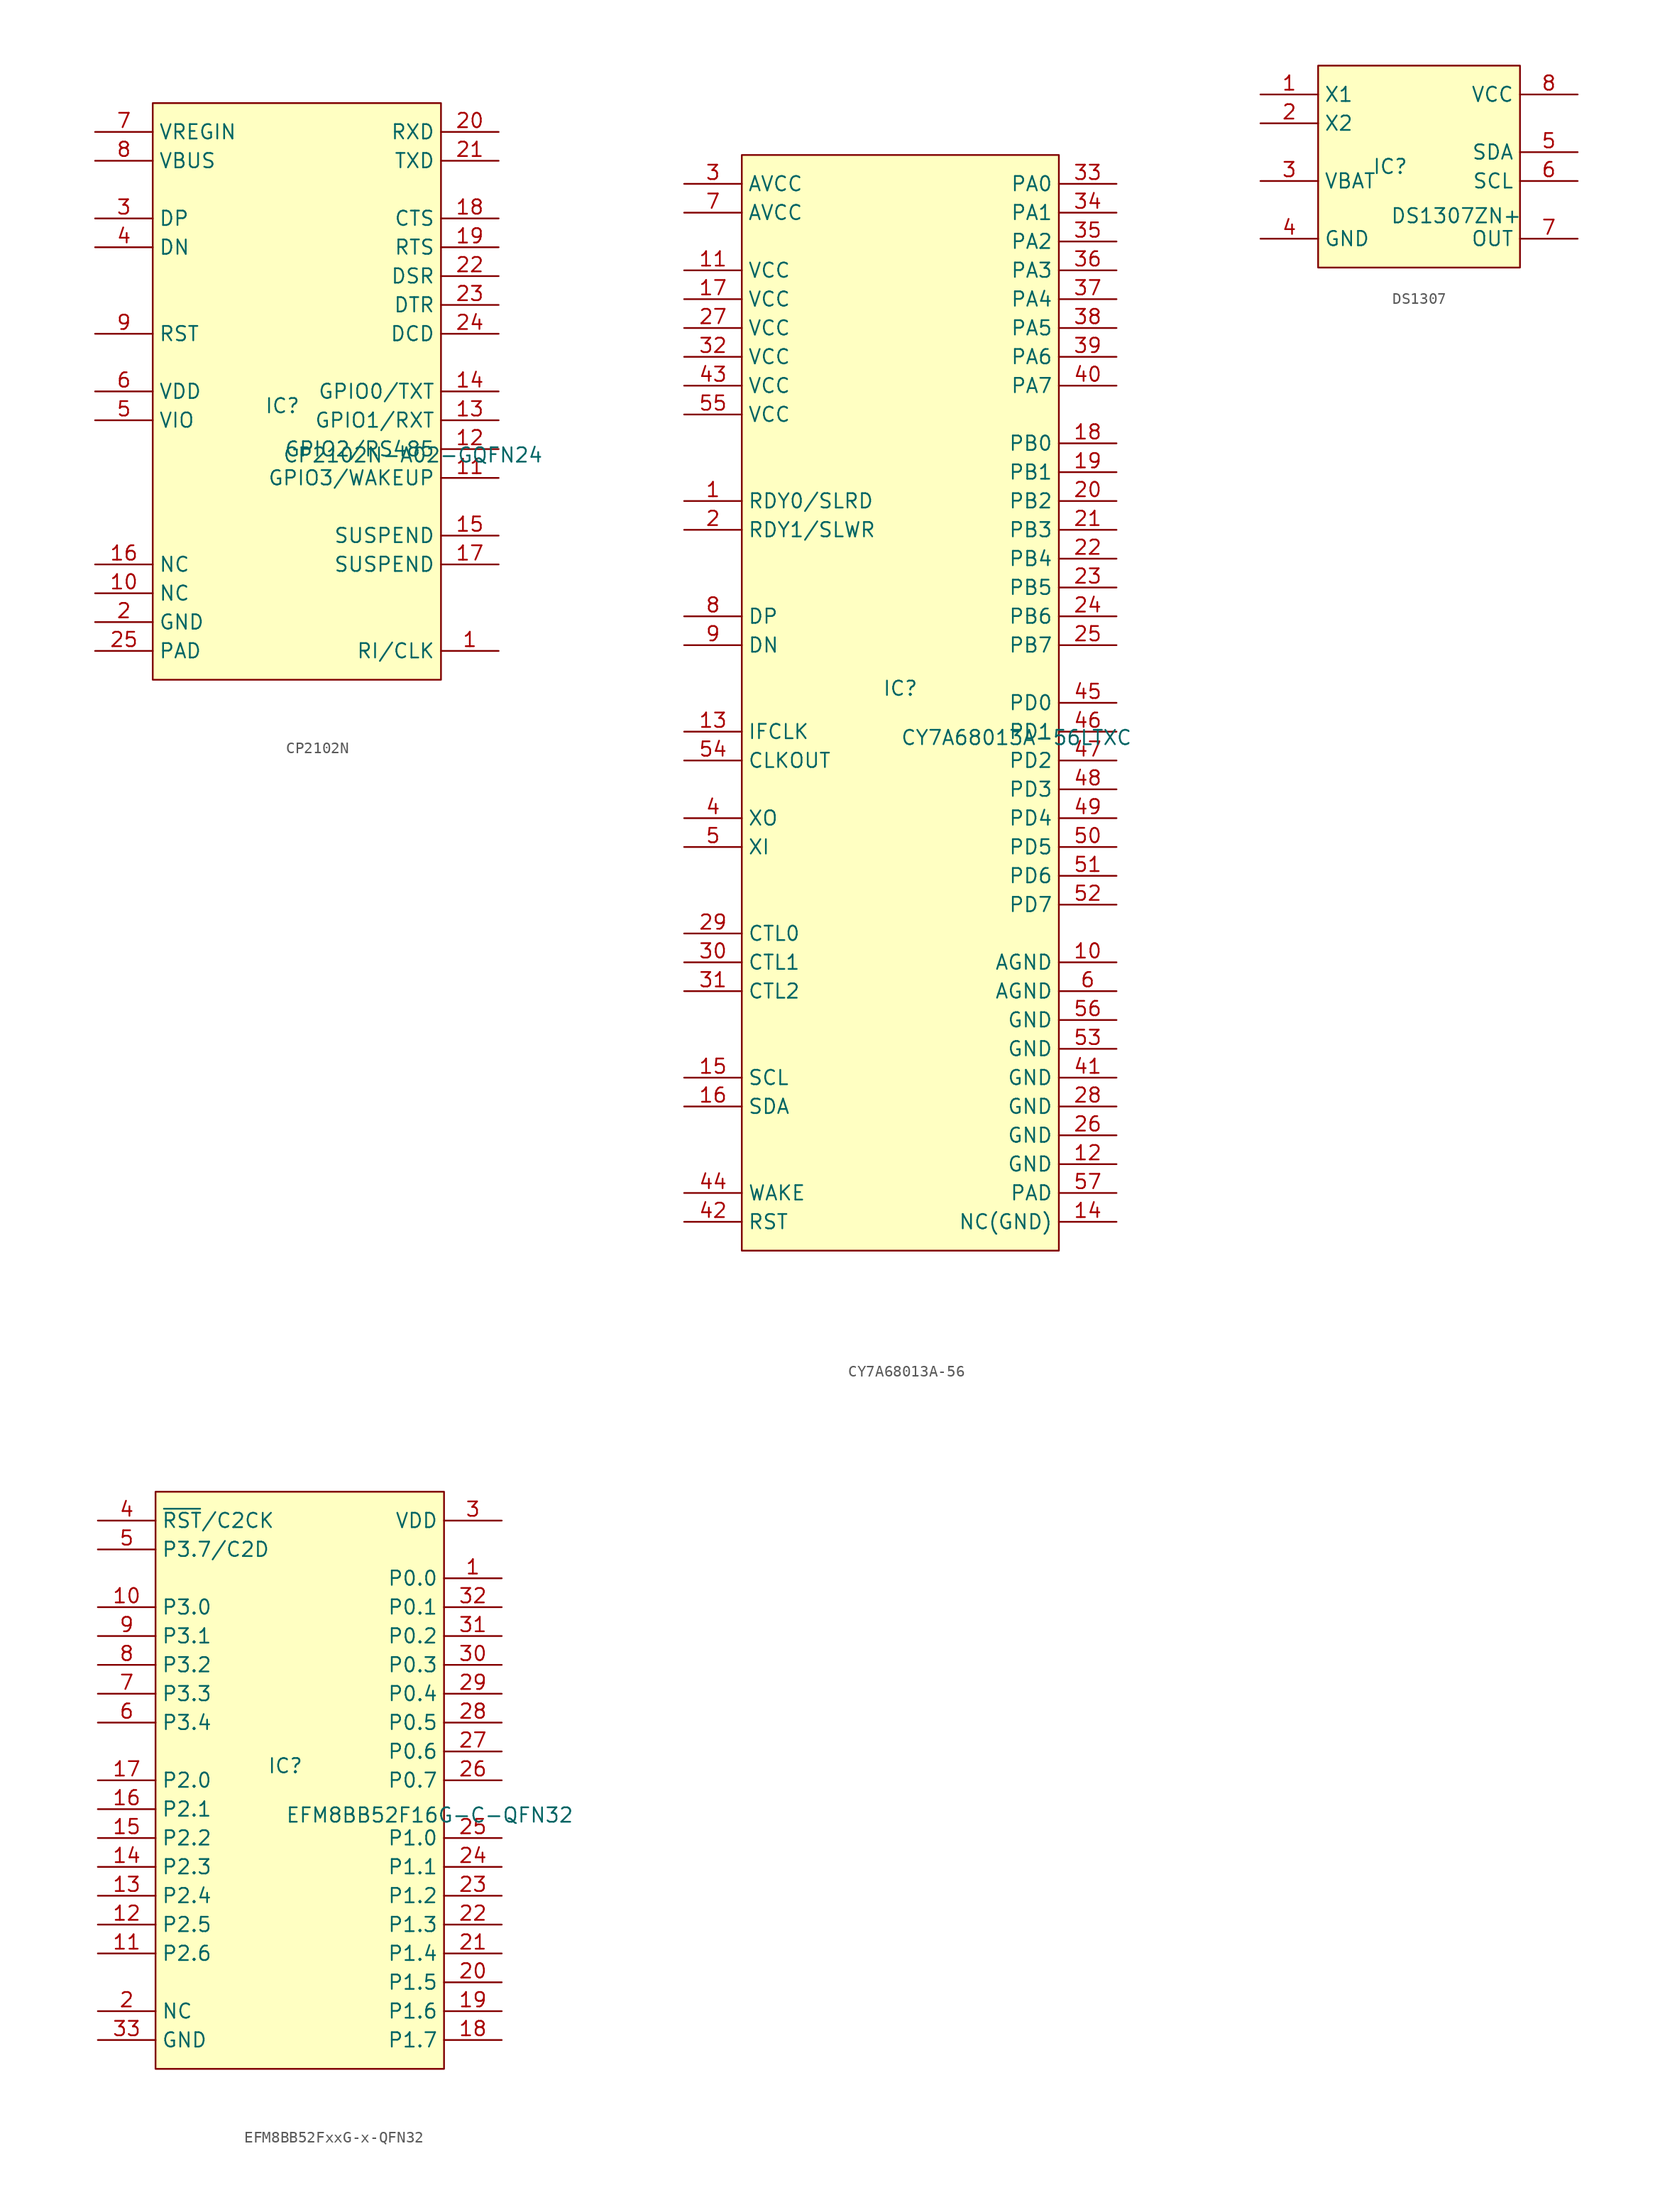
<source format=kicad_sym>
(kicad_symbol_lib
  (version 20231120)
  (generator "kicad_symbol_editor")
  (generator_version "8.0")
  (symbol "CP2102N"
    (property "Reference" "IC"
      (at -1.27 1.27 0)
      (effects (font (size 1.27 1.27))))
    (property "Value" "CP2102N-A02-GQFN24"
      (at -1.27 -3.81 0)
      (effects (font (size 1.27 1.27)) (justify left bottom)))
    (symbol "CP2102N_1_0"
      (rectangle (start -12.7 27.94) (end 12.7 -22.86) (stroke (width 0) (type solid) (color 128 0 0 1)) (fill (type background)))
      (pin bidirectional line (at 17.78 -20.32 180) (length 5.08) (name "RI/CLK" (effects (font (size 1.27 1.27)))) (number "1" (effects (font (size 1.27 1.27)))))
      (pin passive line (at -17.78 -15.24 0) (length 5.08) (name "NC" (effects (font (size 1.27 1.27)))) (number "10" (effects (font (size 1.27 1.27)))))
      (pin bidirectional line (at 17.78 -5.08 180) (length 5.08) (name "GPIO3/WAKEUP" (effects (font (size 1.27 1.27)))) (number "11" (effects (font (size 1.27 1.27)))))
      (pin bidirectional line (at 17.78 -2.54 180) (length 5.08) (name "GPIO2/RS485" (effects (font (size 1.27 1.27)))) (number "12" (effects (font (size 1.27 1.27)))))
      (pin bidirectional line (at 17.78 0 180) (length 5.08) (name "GPIO1/RXT" (effects (font (size 1.27 1.27)))) (number "13" (effects (font (size 1.27 1.27)))))
      (pin bidirectional line (at 17.78 2.54 180) (length 5.08) (name "GPIO0/TXT" (effects (font (size 1.27 1.27)))) (number "14" (effects (font (size 1.27 1.27)))))
      (pin output line (at 17.78 -10.16 180) (length 5.08) (name "SUSPEND" (effects (font (size 1.27 1.27)))) (number "15" (effects (font (size 1.27 1.27)))))
      (pin passive line (at -17.78 -12.7 0) (length 5.08) (name "NC" (effects (font (size 1.27 1.27)))) (number "16" (effects (font (size 1.27 1.27)))))
      (pin output line (at 17.78 -12.7 180) (length 5.08) (name "SUSPEND" (effects (font (size 1.27 1.27)))) (number "17" (effects (font (size 1.27 1.27)))))
      (pin input line (at 17.78 17.78 180) (length 5.08) (name "CTS" (effects (font (size 1.27 1.27)))) (number "18" (effects (font (size 1.27 1.27)))))
      (pin output line (at 17.78 15.24 180) (length 5.08) (name "RTS" (effects (font (size 1.27 1.27)))) (number "19" (effects (font (size 1.27 1.27)))))
      (pin passive line (at -17.78 -17.78 0) (length 5.08) (name "GND" (effects (font (size 1.27 1.27)))) (number "2" (effects (font (size 1.27 1.27)))))
      (pin input line (at 17.78 25.4 180) (length 5.08) (name "RXD" (effects (font (size 1.27 1.27)))) (number "20" (effects (font (size 1.27 1.27)))))
      (pin output line (at 17.78 22.86 180) (length 5.08) (name "TXD" (effects (font (size 1.27 1.27)))) (number "21" (effects (font (size 1.27 1.27)))))
      (pin input line (at 17.78 12.7 180) (length 5.08) (name "DSR" (effects (font (size 1.27 1.27)))) (number "22" (effects (font (size 1.27 1.27)))))
      (pin output line (at 17.78 10.16 180) (length 5.08) (name "DTR" (effects (font (size 1.27 1.27)))) (number "23" (effects (font (size 1.27 1.27)))))
      (pin input line (at 17.78 7.62 180) (length 5.08) (name "DCD" (effects (font (size 1.27 1.27)))) (number "24" (effects (font (size 1.27 1.27)))))
      (pin passive line (at -17.78 -20.32 0) (length 5.08) (name "PAD" (effects (font (size 1.27 1.27)))) (number "25" (effects (font (size 1.27 1.27)))))
      (pin bidirectional line (at -17.78 17.78 0) (length 5.08) (name "DP" (effects (font (size 1.27 1.27)))) (number "3" (effects (font (size 1.27 1.27)))))
      (pin bidirectional line (at -17.78 15.24 0) (length 5.08) (name "DN" (effects (font (size 1.27 1.27)))) (number "4" (effects (font (size 1.27 1.27)))))
      (pin passive line (at -17.78 0 0) (length 5.08) (name "VIO" (effects (font (size 1.27 1.27)))) (number "5" (effects (font (size 1.27 1.27)))))
      (pin passive line (at -17.78 2.54 0) (length 5.08) (name "VDD" (effects (font (size 1.27 1.27)))) (number "6" (effects (font (size 1.27 1.27)))))
      (pin passive line (at -17.78 25.4 0) (length 5.08) (name "VREGIN" (effects (font (size 1.27 1.27)))) (number "7" (effects (font (size 1.27 1.27)))))
      (pin input line (at -17.78 22.86 0) (length 5.08) (name "VBUS" (effects (font (size 1.27 1.27)))) (number "8" (effects (font (size 1.27 1.27)))))
      (pin input line (at -17.78 7.62 0) (length 5.08) (name "RST" (effects (font (size 1.27 1.27)))) (number "9" (effects (font (size 1.27 1.27)))))))
  (symbol "CY7A68013A-56"
    (property "Reference" "IC"
      (at -1.27 1.27 0)
      (effects (font (size 1.27 1.27))))
    (property "Value" "CY7A68013A-56LTXC"
      (at -1.27 -3.81 0)
      (effects (font (size 1.27 1.27)) (justify left bottom)))
    (symbol "CY7A68013A-56_1_0"
      (rectangle (start -15.24 48.26) (end 12.7 -48.26) (stroke (width 0) (type solid) (color 128 0 0 1)) (fill (type background)))
      (pin bidirectional line (at -20.32 17.78 0) (length 5.08) (name "RDY0/SLRD" (effects (font (size 1.27 1.27)))) (number "1" (effects (font (size 1.27 1.27)))))
      (pin passive line (at 17.78 -22.86 180) (length 5.08) (name "AGND" (effects (font (size 1.27 1.27)))) (number "10" (effects (font (size 1.27 1.27)))))
      (pin passive line (at -20.32 38.1 0) (length 5.08) (name "VCC" (effects (font (size 1.27 1.27)))) (number "11" (effects (font (size 1.27 1.27)))))
      (pin passive line (at 17.78 -40.64 180) (length 5.08) (name "GND" (effects (font (size 1.27 1.27)))) (number "12" (effects (font (size 1.27 1.27)))))
      (pin bidirectional line (at -20.32 -2.54 0) (length 5.08) (name "IFCLK" (effects (font (size 1.27 1.27)))) (number "13" (effects (font (size 1.27 1.27)))))
      (pin passive line (at 17.78 -45.72 180) (length 5.08) (name "NC(GND)" (effects (font (size 1.27 1.27)))) (number "14" (effects (font (size 1.27 1.27)))))
      (pin bidirectional line (at -20.32 -33.02 0) (length 5.08) (name "SCL" (effects (font (size 1.27 1.27)))) (number "15" (effects (font (size 1.27 1.27)))))
      (pin bidirectional line (at -20.32 -35.56 0) (length 5.08) (name "SDA" (effects (font (size 1.27 1.27)))) (number "16" (effects (font (size 1.27 1.27)))))
      (pin passive line (at -20.32 35.56 0) (length 5.08) (name "VCC" (effects (font (size 1.27 1.27)))) (number "17" (effects (font (size 1.27 1.27)))))
      (pin bidirectional line (at 17.78 22.86 180) (length 5.08) (name "PB0" (effects (font (size 1.27 1.27)))) (number "18" (effects (font (size 1.27 1.27)))))
      (pin bidirectional line (at 17.78 20.32 180) (length 5.08) (name "PB1" (effects (font (size 1.27 1.27)))) (number "19" (effects (font (size 1.27 1.27)))))
      (pin bidirectional line (at -20.32 15.24 0) (length 5.08) (name "RDY1/SLWR" (effects (font (size 1.27 1.27)))) (number "2" (effects (font (size 1.27 1.27)))))
      (pin bidirectional line (at 17.78 17.78 180) (length 5.08) (name "PB2" (effects (font (size 1.27 1.27)))) (number "20" (effects (font (size 1.27 1.27)))))
      (pin bidirectional line (at 17.78 15.24 180) (length 5.08) (name "PB3" (effects (font (size 1.27 1.27)))) (number "21" (effects (font (size 1.27 1.27)))))
      (pin bidirectional line (at 17.78 12.7 180) (length 5.08) (name "PB4" (effects (font (size 1.27 1.27)))) (number "22" (effects (font (size 1.27 1.27)))))
      (pin bidirectional line (at 17.78 10.16 180) (length 5.08) (name "PB5" (effects (font (size 1.27 1.27)))) (number "23" (effects (font (size 1.27 1.27)))))
      (pin bidirectional line (at 17.78 7.62 180) (length 5.08) (name "PB6" (effects (font (size 1.27 1.27)))) (number "24" (effects (font (size 1.27 1.27)))))
      (pin bidirectional line (at 17.78 5.08 180) (length 5.08) (name "PB7" (effects (font (size 1.27 1.27)))) (number "25" (effects (font (size 1.27 1.27)))))
      (pin passive line (at 17.78 -38.1 180) (length 5.08) (name "GND" (effects (font (size 1.27 1.27)))) (number "26" (effects (font (size 1.27 1.27)))))
      (pin passive line (at -20.32 33.02 0) (length 5.08) (name "VCC" (effects (font (size 1.27 1.27)))) (number "27" (effects (font (size 1.27 1.27)))))
      (pin passive line (at 17.78 -35.56 180) (length 5.08) (name "GND" (effects (font (size 1.27 1.27)))) (number "28" (effects (font (size 1.27 1.27)))))
      (pin output line (at -20.32 -20.32 0) (length 5.08) (name "CTL0" (effects (font (size 1.27 1.27)))) (number "29" (effects (font (size 1.27 1.27)))))
      (pin passive line (at -20.32 45.72 0) (length 5.08) (name "AVCC" (effects (font (size 1.27 1.27)))) (number "3" (effects (font (size 1.27 1.27)))))
      (pin output line (at -20.32 -22.86 0) (length 5.08) (name "CTL1" (effects (font (size 1.27 1.27)))) (number "30" (effects (font (size 1.27 1.27)))))
      (pin output line (at -20.32 -25.4 0) (length 5.08) (name "CTL2" (effects (font (size 1.27 1.27)))) (number "31" (effects (font (size 1.27 1.27)))))
      (pin passive line (at -20.32 30.48 0) (length 5.08) (name "VCC" (effects (font (size 1.27 1.27)))) (number "32" (effects (font (size 1.27 1.27)))))
      (pin bidirectional line (at 17.78 45.72 180) (length 5.08) (name "PA0" (effects (font (size 1.27 1.27)))) (number "33" (effects (font (size 1.27 1.27)))))
      (pin bidirectional line (at 17.78 43.18 180) (length 5.08) (name "PA1" (effects (font (size 1.27 1.27)))) (number "34" (effects (font (size 1.27 1.27)))))
      (pin bidirectional line (at 17.78 40.64 180) (length 5.08) (name "PA2" (effects (font (size 1.27 1.27)))) (number "35" (effects (font (size 1.27 1.27)))))
      (pin bidirectional line (at 17.78 38.1 180) (length 5.08) (name "PA3" (effects (font (size 1.27 1.27)))) (number "36" (effects (font (size 1.27 1.27)))))
      (pin bidirectional line (at 17.78 35.56 180) (length 5.08) (name "PA4" (effects (font (size 1.27 1.27)))) (number "37" (effects (font (size 1.27 1.27)))))
      (pin bidirectional line (at 17.78 33.02 180) (length 5.08) (name "PA5" (effects (font (size 1.27 1.27)))) (number "38" (effects (font (size 1.27 1.27)))))
      (pin bidirectional line (at 17.78 30.48 180) (length 5.08) (name "PA6" (effects (font (size 1.27 1.27)))) (number "39" (effects (font (size 1.27 1.27)))))
      (pin output line (at -20.32 -10.16 0) (length 5.08) (name "XO" (effects (font (size 1.27 1.27)))) (number "4" (effects (font (size 1.27 1.27)))))
      (pin bidirectional line (at 17.78 27.94 180) (length 5.08) (name "PA7" (effects (font (size 1.27 1.27)))) (number "40" (effects (font (size 1.27 1.27)))))
      (pin passive line (at 17.78 -33.02 180) (length 5.08) (name "GND" (effects (font (size 1.27 1.27)))) (number "41" (effects (font (size 1.27 1.27)))))
      (pin input line (at -20.32 -45.72 0) (length 5.08) (name "RST" (effects (font (size 1.27 1.27)))) (number "42" (effects (font (size 1.27 1.27)))))
      (pin passive line (at -20.32 27.94 0) (length 5.08) (name "VCC" (effects (font (size 1.27 1.27)))) (number "43" (effects (font (size 1.27 1.27)))))
      (pin input line (at -20.32 -43.18 0) (length 5.08) (name "WAKE" (effects (font (size 1.27 1.27)))) (number "44" (effects (font (size 1.27 1.27)))))
      (pin bidirectional line (at 17.78 0 180) (length 5.08) (name "PD0" (effects (font (size 1.27 1.27)))) (number "45" (effects (font (size 1.27 1.27)))))
      (pin bidirectional line (at 17.78 -2.54 180) (length 5.08) (name "PD1" (effects (font (size 1.27 1.27)))) (number "46" (effects (font (size 1.27 1.27)))))
      (pin bidirectional line (at 17.78 -5.08 180) (length 5.08) (name "PD2" (effects (font (size 1.27 1.27)))) (number "47" (effects (font (size 1.27 1.27)))))
      (pin bidirectional line (at 17.78 -7.62 180) (length 5.08) (name "PD3" (effects (font (size 1.27 1.27)))) (number "48" (effects (font (size 1.27 1.27)))))
      (pin bidirectional line (at 17.78 -10.16 180) (length 5.08) (name "PD4" (effects (font (size 1.27 1.27)))) (number "49" (effects (font (size 1.27 1.27)))))
      (pin input line (at -20.32 -12.7 0) (length 5.08) (name "XI" (effects (font (size 1.27 1.27)))) (number "5" (effects (font (size 1.27 1.27)))))
      (pin bidirectional line (at 17.78 -12.7 180) (length 5.08) (name "PD5" (effects (font (size 1.27 1.27)))) (number "50" (effects (font (size 1.27 1.27)))))
      (pin bidirectional line (at 17.78 -15.24 180) (length 5.08) (name "PD6" (effects (font (size 1.27 1.27)))) (number "51" (effects (font (size 1.27 1.27)))))
      (pin bidirectional line (at 17.78 -17.78 180) (length 5.08) (name "PD7" (effects (font (size 1.27 1.27)))) (number "52" (effects (font (size 1.27 1.27)))))
      (pin passive line (at 17.78 -30.48 180) (length 5.08) (name "GND" (effects (font (size 1.27 1.27)))) (number "53" (effects (font (size 1.27 1.27)))))
      (pin output line (at -20.32 -5.08 0) (length 5.08) (name "CLKOUT" (effects (font (size 1.27 1.27)))) (number "54" (effects (font (size 1.27 1.27)))))
      (pin passive line (at -20.32 25.4 0) (length 5.08) (name "VCC" (effects (font (size 1.27 1.27)))) (number "55" (effects (font (size 1.27 1.27)))))
      (pin passive line (at 17.78 -27.94 180) (length 5.08) (name "GND" (effects (font (size 1.27 1.27)))) (number "56" (effects (font (size 1.27 1.27)))))
      (pin passive line (at 17.78 -43.18 180) (length 5.08) (name "PAD" (effects (font (size 1.27 1.27)))) (number "57" (effects (font (size 1.27 1.27)))))
      (pin passive line (at 17.78 -25.4 180) (length 5.08) (name "AGND" (effects (font (size 1.27 1.27)))) (number "6" (effects (font (size 1.27 1.27)))))
      (pin passive line (at -20.32 43.18 0) (length 5.08) (name "AVCC" (effects (font (size 1.27 1.27)))) (number "7" (effects (font (size 1.27 1.27)))))
      (pin bidirectional line (at -20.32 7.62 0) (length 5.08) (name "DP" (effects (font (size 1.27 1.27)))) (number "8" (effects (font (size 1.27 1.27)))))
      (pin bidirectional line (at -20.32 5.08 0) (length 5.08) (name "DN" (effects (font (size 1.27 1.27)))) (number "9" (effects (font (size 1.27 1.27)))))))
  (symbol "DS1307"
    (property "Reference" "IC"
      (at -1.27 1.27 0)
      (effects (font (size 1.27 1.27))))
    (property "Value" "DS1307ZN+"
      (at -1.27 -3.81 0)
      (effects (font (size 1.27 1.27)) (justify left bottom)))
    (symbol "DS1307_1_0"
      (rectangle (start -7.62 10.16) (end 10.16 -7.62) (stroke (width 0) (type solid) (color 128 0 0 1)) (fill (type background)))
      (pin passive line (at -12.7 7.62 0) (length 5.08) (name "X1" (effects (font (size 1.27 1.27)))) (number "1" (effects (font (size 1.27 1.27)))))
      (pin passive line (at -12.7 5.08 0) (length 5.08) (name "X2" (effects (font (size 1.27 1.27)))) (number "2" (effects (font (size 1.27 1.27)))))
      (pin passive line (at -12.7 0 0) (length 5.08) (name "VBAT" (effects (font (size 1.27 1.27)))) (number "3" (effects (font (size 1.27 1.27)))))
      (pin passive line (at -12.7 -5.08 0) (length 5.08) (name "GND" (effects (font (size 1.27 1.27)))) (number "4" (effects (font (size 1.27 1.27)))))
      (pin bidirectional line (at 15.24 2.54 180) (length 5.08) (name "SDA" (effects (font (size 1.27 1.27)))) (number "5" (effects (font (size 1.27 1.27)))))
      (pin input line (at 15.24 0 180) (length 5.08) (name "SCL" (effects (font (size 1.27 1.27)))) (number "6" (effects (font (size 1.27 1.27)))))
      (pin open_collector line (at 15.24 -5.08 180) (length 5.08) (name "OUT" (effects (font (size 1.27 1.27)))) (number "7" (effects (font (size 1.27 1.27)))))
      (pin passive line (at 15.24 7.62 180) (length 5.08) (name "VCC" (effects (font (size 1.27 1.27)))) (number "8" (effects (font (size 1.27 1.27)))))))
  (symbol "EFM8BB52FxxG-x-QFN32"
    (property "Reference" "IC"
      (at -1.27 1.27 0)
      (effects (font (size 1.27 1.27))))
    (property "Value" "EFM8BB52F16G-C-QFN32"
      (at -1.27 -3.81 0)
      (effects (font (size 1.27 1.27)) (justify left bottom)))
    (symbol "EFM8BB52FxxG-x-QFN32_1_0"
      (rectangle (start -12.7 25.4) (end 12.7 -25.4) (stroke (width 0) (type solid) (color 128 0 0 1)) (fill (type background)))
      (pin bidirectional line (at 17.78 17.78 180) (length 5.08) (name "P0.0" (effects (font (size 1.27 1.27)))) (number "1" (effects (font (size 1.27 1.27)))))
      (pin bidirectional line (at -17.78 15.24 0) (length 5.08) (name "P3.0" (effects (font (size 1.27 1.27)))) (number "10" (effects (font (size 1.27 1.27)))))
      (pin bidirectional line (at -17.78 -15.24 0) (length 5.08) (name "P2.6" (effects (font (size 1.27 1.27)))) (number "11" (effects (font (size 1.27 1.27)))))
      (pin bidirectional line (at -17.78 -12.7 0) (length 5.08) (name "P2.5" (effects (font (size 1.27 1.27)))) (number "12" (effects (font (size 1.27 1.27)))))
      (pin bidirectional line (at -17.78 -10.16 0) (length 5.08) (name "P2.4" (effects (font (size 1.27 1.27)))) (number "13" (effects (font (size 1.27 1.27)))))
      (pin bidirectional line (at -17.78 -7.62 0) (length 5.08) (name "P2.3" (effects (font (size 1.27 1.27)))) (number "14" (effects (font (size 1.27 1.27)))))
      (pin bidirectional line (at -17.78 -5.08 0) (length 5.08) (name "P2.2" (effects (font (size 1.27 1.27)))) (number "15" (effects (font (size 1.27 1.27)))))
      (pin bidirectional line (at -17.78 -2.54 0) (length 5.08) (name "P2.1" (effects (font (size 1.27 1.27)))) (number "16" (effects (font (size 1.27 1.27)))))
      (pin bidirectional line (at -17.78 0 0) (length 5.08) (name "P2.0" (effects (font (size 1.27 1.27)))) (number "17" (effects (font (size 1.27 1.27)))))
      (pin bidirectional line (at 17.78 -22.86 180) (length 5.08) (name "P1.7" (effects (font (size 1.27 1.27)))) (number "18" (effects (font (size 1.27 1.27)))))
      (pin bidirectional line (at 17.78 -20.32 180) (length 5.08) (name "P1.6" (effects (font (size 1.27 1.27)))) (number "19" (effects (font (size 1.27 1.27)))))
      (pin passive line (at -17.78 -20.32 0) (length 5.08) (name "NC" (effects (font (size 1.27 1.27)))) (number "2" (effects (font (size 1.27 1.27)))))
      (pin bidirectional line (at 17.78 -17.78 180) (length 5.08) (name "P1.5" (effects (font (size 1.27 1.27)))) (number "20" (effects (font (size 1.27 1.27)))))
      (pin bidirectional line (at 17.78 -15.24 180) (length 5.08) (name "P1.4" (effects (font (size 1.27 1.27)))) (number "21" (effects (font (size 1.27 1.27)))))
      (pin bidirectional line (at 17.78 -12.7 180) (length 5.08) (name "P1.3" (effects (font (size 1.27 1.27)))) (number "22" (effects (font (size 1.27 1.27)))))
      (pin bidirectional line (at 17.78 -10.16 180) (length 5.08) (name "P1.2" (effects (font (size 1.27 1.27)))) (number "23" (effects (font (size 1.27 1.27)))))
      (pin bidirectional line (at 17.78 -7.62 180) (length 5.08) (name "P1.1" (effects (font (size 1.27 1.27)))) (number "24" (effects (font (size 1.27 1.27)))))
      (pin bidirectional line (at 17.78 -5.08 180) (length 5.08) (name "P1.0" (effects (font (size 1.27 1.27)))) (number "25" (effects (font (size 1.27 1.27)))))
      (pin bidirectional line (at 17.78 0 180) (length 5.08) (name "P0.7" (effects (font (size 1.27 1.27)))) (number "26" (effects (font (size 1.27 1.27)))))
      (pin bidirectional line (at 17.78 2.54 180) (length 5.08) (name "P0.6" (effects (font (size 1.27 1.27)))) (number "27" (effects (font (size 1.27 1.27)))))
      (pin bidirectional line (at 17.78 5.08 180) (length 5.08) (name "P0.5" (effects (font (size 1.27 1.27)))) (number "28" (effects (font (size 1.27 1.27)))))
      (pin bidirectional line (at 17.78 7.62 180) (length 5.08) (name "P0.4" (effects (font (size 1.27 1.27)))) (number "29" (effects (font (size 1.27 1.27)))))
      (pin passive line (at 17.78 22.86 180) (length 5.08) (name "VDD" (effects (font (size 1.27 1.27)))) (number "3" (effects (font (size 1.27 1.27)))))
      (pin bidirectional line (at 17.78 10.16 180) (length 5.08) (name "P0.3" (effects (font (size 1.27 1.27)))) (number "30" (effects (font (size 1.27 1.27)))))
      (pin bidirectional line (at 17.78 12.7 180) (length 5.08) (name "P0.2" (effects (font (size 1.27 1.27)))) (number "31" (effects (font (size 1.27 1.27)))))
      (pin bidirectional line (at 17.78 15.24 180) (length 5.08) (name "P0.1" (effects (font (size 1.27 1.27)))) (number "32" (effects (font (size 1.27 1.27)))))
      (pin passive line (at -17.78 -22.86 0) (length 5.08) (name "GND" (effects (font (size 1.27 1.27)))) (number "33" (effects (font (size 1.27 1.27)))))
      (pin input line (at -17.78 22.86 0) (length 5.08) (name "~{RST}/C2CK" (effects (font (size 1.27 1.27)))) (number "4" (effects (font (size 1.27 1.27)))))
      (pin bidirectional line (at -17.78 20.32 0) (length 5.08) (name "P3.7/C2D" (effects (font (size 1.27 1.27)))) (number "5" (effects (font (size 1.27 1.27)))))
      (pin bidirectional line (at -17.78 5.08 0) (length 5.08) (name "P3.4" (effects (font (size 1.27 1.27)))) (number "6" (effects (font (size 1.27 1.27)))))
      (pin bidirectional line (at -17.78 7.62 0) (length 5.08) (name "P3.3" (effects (font (size 1.27 1.27)))) (number "7" (effects (font (size 1.27 1.27)))))
      (pin bidirectional line (at -17.78 10.16 0) (length 5.08) (name "P3.2" (effects (font (size 1.27 1.27)))) (number "8" (effects (font (size 1.27 1.27)))))
      (pin bidirectional line (at -17.78 12.7 0) (length 5.08) (name "P3.1" (effects (font (size 1.27 1.27)))) (number "9" (effects (font (size 1.27 1.27))))))))
</source>
